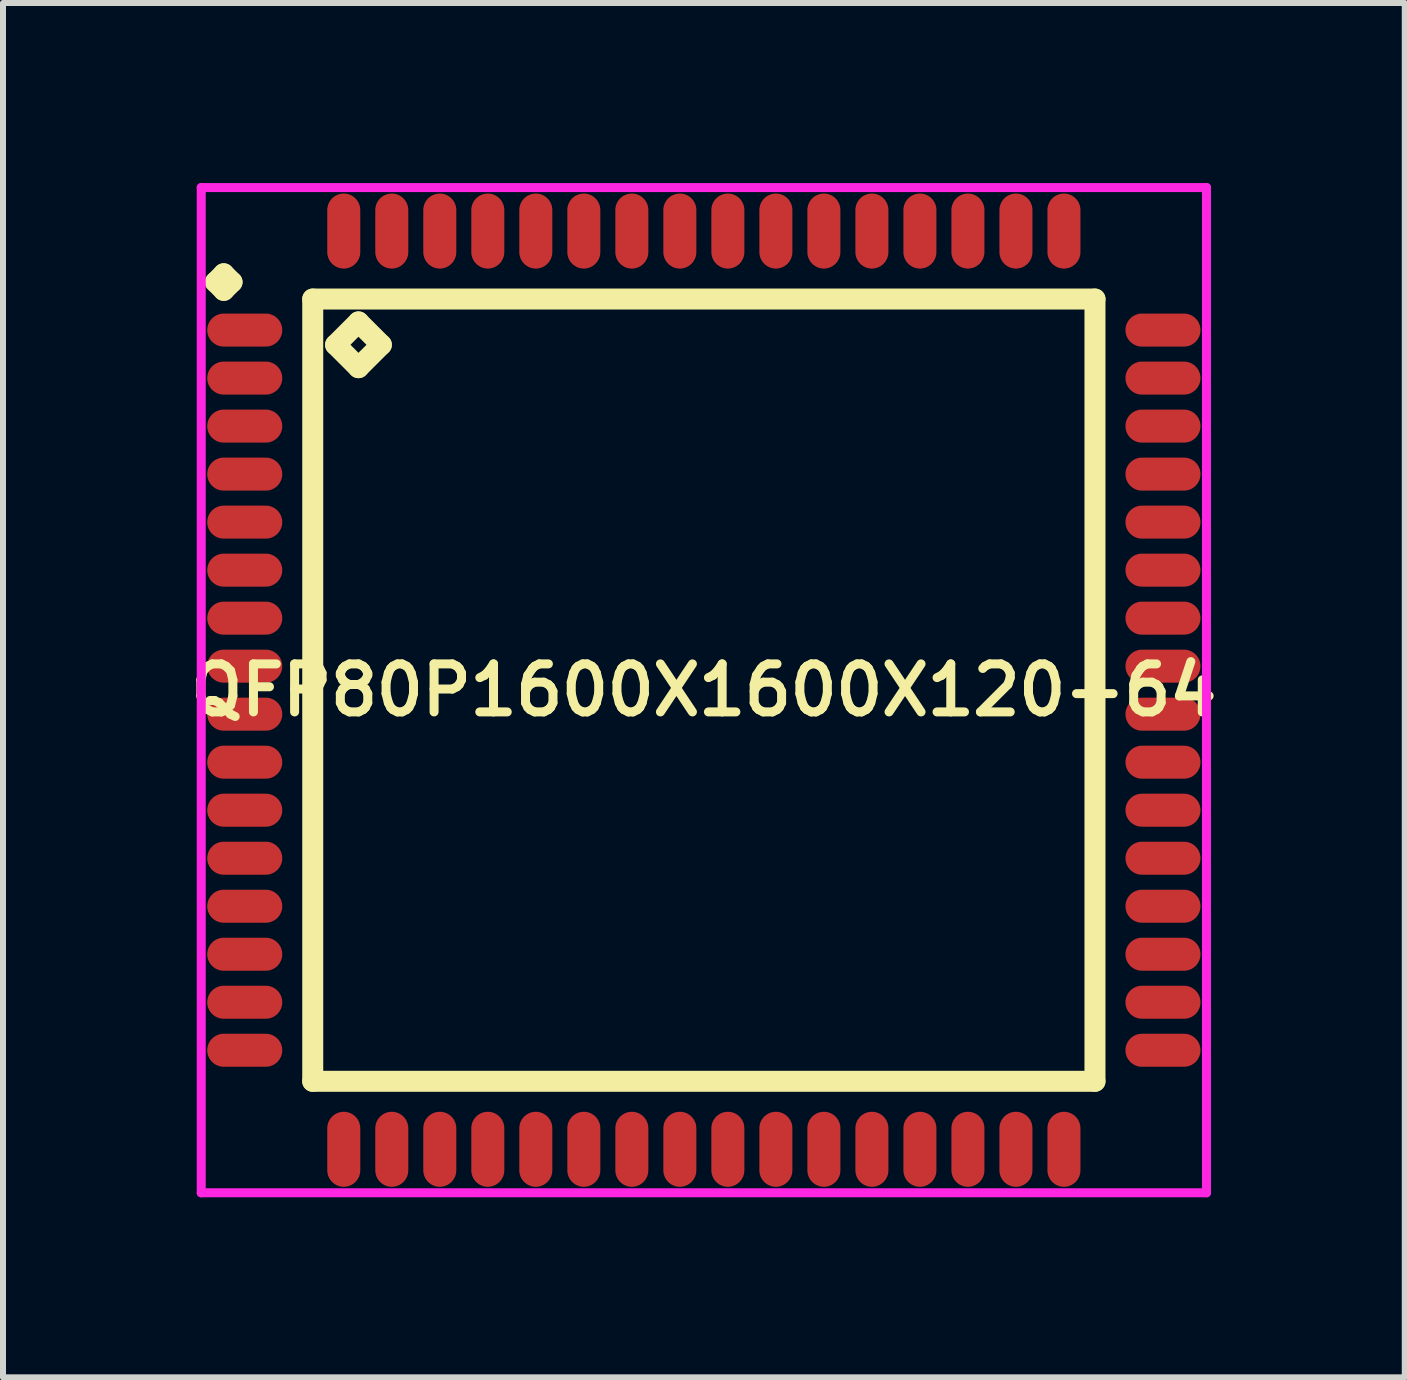
<source format=kicad_pcb>
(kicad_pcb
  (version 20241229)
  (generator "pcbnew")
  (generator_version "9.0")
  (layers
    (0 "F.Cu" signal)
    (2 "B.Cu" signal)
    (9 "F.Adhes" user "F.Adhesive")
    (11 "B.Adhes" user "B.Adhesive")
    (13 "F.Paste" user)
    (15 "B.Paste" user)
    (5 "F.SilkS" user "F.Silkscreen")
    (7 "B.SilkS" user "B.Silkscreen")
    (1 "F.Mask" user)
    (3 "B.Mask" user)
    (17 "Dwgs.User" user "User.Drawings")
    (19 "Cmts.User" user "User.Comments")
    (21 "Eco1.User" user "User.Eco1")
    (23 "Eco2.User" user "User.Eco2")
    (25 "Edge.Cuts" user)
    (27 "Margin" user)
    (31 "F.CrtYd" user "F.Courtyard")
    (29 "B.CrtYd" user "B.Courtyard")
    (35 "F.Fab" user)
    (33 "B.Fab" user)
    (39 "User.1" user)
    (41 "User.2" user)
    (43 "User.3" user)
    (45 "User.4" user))
  (footprint "QFP80P1600X1600X120-64"
    (layer "F.Cu")
    (at 8.678 8.45)
    (property "Reference" "QFP80P1600X1600X120-64" (at 0 0 0) (layer "F.SilkS") (effects (font (size 0.8 0.8) (thickness 0.15))))
    (attr smd)
    (fp_line (start -8.137 -6.8) (end -8 -6.938) (stroke (width 0.35) (type solid)) (layer "F.SilkS"))
    (fp_line (start -8 -6.938) (end -7.862 -6.8) (stroke (width 0.35) (type solid)) (layer "F.SilkS"))
    (fp_line (start -8 -6.662) (end -8.137 -6.8) (stroke (width 0.35) (type solid)) (layer "F.SilkS"))
    (fp_line (start -7.862 -6.8) (end -8 -6.662) (stroke (width 0.35) (type solid)) (layer "F.SilkS"))
    (fp_line (start -6.517 -6.517) (end -6.517 6.517) (stroke (width 0.35) (type solid)) (layer "F.SilkS"))
    (fp_line (start -6.517 6.517) (end 6.517 6.517) (stroke (width 0.35) (type solid)) (layer "F.SilkS"))
    (fp_line (start -6.136 -5.755) (end -5.755 -6.136) (stroke (width 0.35) (type solid)) (layer "F.SilkS"))
    (fp_line (start -5.755 -6.136) (end -5.374 -5.755) (stroke (width 0.35) (type solid)) (layer "F.SilkS"))
    (fp_line (start -5.755 -5.374) (end -6.136 -5.755) (stroke (width 0.35) (type solid)) (layer "F.SilkS"))
    (fp_line (start -5.374 -5.755) (end -5.755 -5.374) (stroke (width 0.35) (type solid)) (layer "F.SilkS"))
    (fp_line (start 6.517 -6.517) (end -6.517 -6.517) (stroke (width 0.35) (type solid)) (layer "F.SilkS"))
    (fp_line (start 6.517 6.517) (end 6.517 -6.517) (stroke (width 0.35) (type solid)) (layer "F.SilkS"))
    (fp_line (start -8.375 -8.375) (end 8.375 -8.375) (stroke (width 0.15) (type solid)) (layer "F.CrtYd"))
    (fp_line (start -8.375 8.375) (end -8.375 -8.375) (stroke (width 0.15) (type solid)) (layer "F.CrtYd"))
    (fp_line (start 8.375 -8.375) (end 8.375 8.375) (stroke (width 0.15) (type solid)) (layer "F.CrtYd"))
    (fp_line (start 8.375 8.375) (end -8.375 8.375) (stroke (width 0.15) (type solid)) (layer "F.CrtYd"))
    (pad "1" smd oval (at -7.65 -6) (size 1.25 0.55) (layers "F.Cu" "F.Mask" "F.Paste"))
    (pad "2" smd oval (at -7.65 -5.2) (size 1.25 0.55) (layers "F.Cu" "F.Mask" "F.Paste"))
    (pad "3" smd oval (at -7.65 -4.4) (size 1.25 0.55) (layers "F.Cu" "F.Mask" "F.Paste"))
    (pad "4" smd oval (at -7.65 -3.6) (size 1.25 0.55) (layers "F.Cu" "F.Mask" "F.Paste"))
    (pad "5" smd oval (at -7.65 -2.8) (size 1.25 0.55) (layers "F.Cu" "F.Mask" "F.Paste"))
    (pad "6" smd oval (at -7.65 -2) (size 1.25 0.55) (layers "F.Cu" "F.Mask" "F.Paste"))
    (pad "7" smd oval (at -7.65 -1.2) (size 1.25 0.55) (layers "F.Cu" "F.Mask" "F.Paste"))
    (pad "8" smd oval (at -7.65 -0.4) (size 1.25 0.55) (layers "F.Cu" "F.Mask" "F.Paste"))
    (pad "9" smd oval (at -7.65 0.4) (size 1.25 0.55) (layers "F.Cu" "F.Mask" "F.Paste"))
    (pad "10" smd oval (at -7.65 1.2) (size 1.25 0.55) (layers "F.Cu" "F.Mask" "F.Paste"))
    (pad "11" smd oval (at -7.65 2) (size 1.25 0.55) (layers "F.Cu" "F.Mask" "F.Paste"))
    (pad "12" smd oval (at -7.65 2.8) (size 1.25 0.55) (layers "F.Cu" "F.Mask" "F.Paste"))
    (pad "13" smd oval (at -7.65 3.6) (size 1.25 0.55) (layers "F.Cu" "F.Mask" "F.Paste"))
    (pad "14" smd oval (at -7.65 4.4) (size 1.25 0.55) (layers "F.Cu" "F.Mask" "F.Paste"))
    (pad "15" smd oval (at -7.65 5.2) (size 1.25 0.55) (layers "F.Cu" "F.Mask" "F.Paste"))
    (pad "16" smd oval (at -7.65 6) (size 1.25 0.55) (layers "F.Cu" "F.Mask" "F.Paste"))
    (pad "17" smd oval (at -6 7.65) (size 0.55 1.25) (layers "F.Cu" "F.Mask" "F.Paste"))
    (pad "18" smd oval (at -5.2 7.65) (size 0.55 1.25) (layers "F.Cu" "F.Mask" "F.Paste"))
    (pad "19" smd oval (at -4.4 7.65) (size 0.55 1.25) (layers "F.Cu" "F.Mask" "F.Paste"))
    (pad "20" smd oval (at -3.6 7.65) (size 0.55 1.25) (layers "F.Cu" "F.Mask" "F.Paste"))
    (pad "21" smd oval (at -2.8 7.65) (size 0.55 1.25) (layers "F.Cu" "F.Mask" "F.Paste"))
    (pad "22" smd oval (at -2 7.65) (size 0.55 1.25) (layers "F.Cu" "F.Mask" "F.Paste"))
    (pad "23" smd oval (at -1.2 7.65) (size 0.55 1.25) (layers "F.Cu" "F.Mask" "F.Paste"))
    (pad "24" smd oval (at -0.4 7.65) (size 0.55 1.25) (layers "F.Cu" "F.Mask" "F.Paste"))
    (pad "25" smd oval (at 0.4 7.65) (size 0.55 1.25) (layers "F.Cu" "F.Mask" "F.Paste"))
    (pad "26" smd oval (at 1.2 7.65) (size 0.55 1.25) (layers "F.Cu" "F.Mask" "F.Paste"))
    (pad "27" smd oval (at 2 7.65) (size 0.55 1.25) (layers "F.Cu" "F.Mask" "F.Paste"))
    (pad "28" smd oval (at 2.8 7.65) (size 0.55 1.25) (layers "F.Cu" "F.Mask" "F.Paste"))
    (pad "29" smd oval (at 3.6 7.65) (size 0.55 1.25) (layers "F.Cu" "F.Mask" "F.Paste"))
    (pad "30" smd oval (at 4.4 7.65) (size 0.55 1.25) (layers "F.Cu" "F.Mask" "F.Paste"))
    (pad "31" smd oval (at 5.2 7.65) (size 0.55 1.25) (layers "F.Cu" "F.Mask" "F.Paste"))
    (pad "32" smd oval (at 6 7.65) (size 0.55 1.25) (layers "F.Cu" "F.Mask" "F.Paste"))
    (pad "33" smd oval (at 7.65 6) (size 1.25 0.55) (layers "F.Cu" "F.Mask" "F.Paste"))
    (pad "34" smd oval (at 7.65 5.2) (size 1.25 0.55) (layers "F.Cu" "F.Mask" "F.Paste"))
    (pad "35" smd oval (at 7.65 4.4) (size 1.25 0.55) (layers "F.Cu" "F.Mask" "F.Paste"))
    (pad "36" smd oval (at 7.65 3.6) (size 1.25 0.55) (layers "F.Cu" "F.Mask" "F.Paste"))
    (pad "37" smd oval (at 7.65 2.8) (size 1.25 0.55) (layers "F.Cu" "F.Mask" "F.Paste"))
    (pad "38" smd oval (at 7.65 2) (size 1.25 0.55) (layers "F.Cu" "F.Mask" "F.Paste"))
    (pad "39" smd oval (at 7.65 1.2) (size 1.25 0.55) (layers "F.Cu" "F.Mask" "F.Paste"))
    (pad "40" smd oval (at 7.65 0.4) (size 1.25 0.55) (layers "F.Cu" "F.Mask" "F.Paste"))
    (pad "41" smd oval (at 7.65 -0.4) (size 1.25 0.55) (layers "F.Cu" "F.Mask" "F.Paste"))
    (pad "42" smd oval (at 7.65 -1.2) (size 1.25 0.55) (layers "F.Cu" "F.Mask" "F.Paste"))
    (pad "43" smd oval (at 7.65 -2) (size 1.25 0.55) (layers "F.Cu" "F.Mask" "F.Paste"))
    (pad "44" smd oval (at 7.65 -2.8) (size 1.25 0.55) (layers "F.Cu" "F.Mask" "F.Paste"))
    (pad "45" smd oval (at 7.65 -3.6) (size 1.25 0.55) (layers "F.Cu" "F.Mask" "F.Paste"))
    (pad "46" smd oval (at 7.65 -4.4) (size 1.25 0.55) (layers "F.Cu" "F.Mask" "F.Paste"))
    (pad "47" smd oval (at 7.65 -5.2) (size 1.25 0.55) (layers "F.Cu" "F.Mask" "F.Paste"))
    (pad "48" smd oval (at 7.65 -6) (size 1.25 0.55) (layers "F.Cu" "F.Mask" "F.Paste"))
    (pad "49" smd oval (at 6 -7.65) (size 0.55 1.25) (layers "F.Cu" "F.Mask" "F.Paste"))
    (pad "50" smd oval (at 5.2 -7.65) (size 0.55 1.25) (layers "F.Cu" "F.Mask" "F.Paste"))
    (pad "51" smd oval (at 4.4 -7.65) (size 0.55 1.25) (layers "F.Cu" "F.Mask" "F.Paste"))
    (pad "52" smd oval (at 3.6 -7.65) (size 0.55 1.25) (layers "F.Cu" "F.Mask" "F.Paste"))
    (pad "53" smd oval (at 2.8 -7.65) (size 0.55 1.25) (layers "F.Cu" "F.Mask" "F.Paste"))
    (pad "54" smd oval (at 2 -7.65) (size 0.55 1.25) (layers "F.Cu" "F.Mask" "F.Paste"))
    (pad "55" smd oval (at 1.2 -7.65) (size 0.55 1.25) (layers "F.Cu" "F.Mask" "F.Paste"))
    (pad "56" smd oval (at 0.4 -7.65) (size 0.55 1.25) (layers "F.Cu" "F.Mask" "F.Paste"))
    (pad "57" smd oval (at -0.4 -7.65) (size 0.55 1.25) (layers "F.Cu" "F.Mask" "F.Paste"))
    (pad "58" smd oval (at -1.2 -7.65) (size 0.55 1.25) (layers "F.Cu" "F.Mask" "F.Paste"))
    (pad "59" smd oval (at -2 -7.65) (size 0.55 1.25) (layers "F.Cu" "F.Mask" "F.Paste"))
    (pad "60" smd oval (at -2.8 -7.65) (size 0.55 1.25) (layers "F.Cu" "F.Mask" "F.Paste"))
    (pad "61" smd oval (at -3.6 -7.65) (size 0.55 1.25) (layers "F.Cu" "F.Mask" "F.Paste"))
    (pad "62" smd oval (at -4.4 -7.65) (size 0.55 1.25) (layers "F.Cu" "F.Mask" "F.Paste"))
    (pad "63" smd oval (at -5.2 -7.65) (size 0.55 1.25) (layers "F.Cu" "F.Mask" "F.Paste"))
    (pad "64" smd oval (at -6 -7.65) (size 0.55 1.25) (layers "F.Cu" "F.Mask" "F.Paste")))
  (gr_rect
    (start -3 -3)
    (end 20.357 19.9)
    (stroke (width 0.1) (type default))
    (fill no)
    (layer "Edge.Cuts")))
</source>
